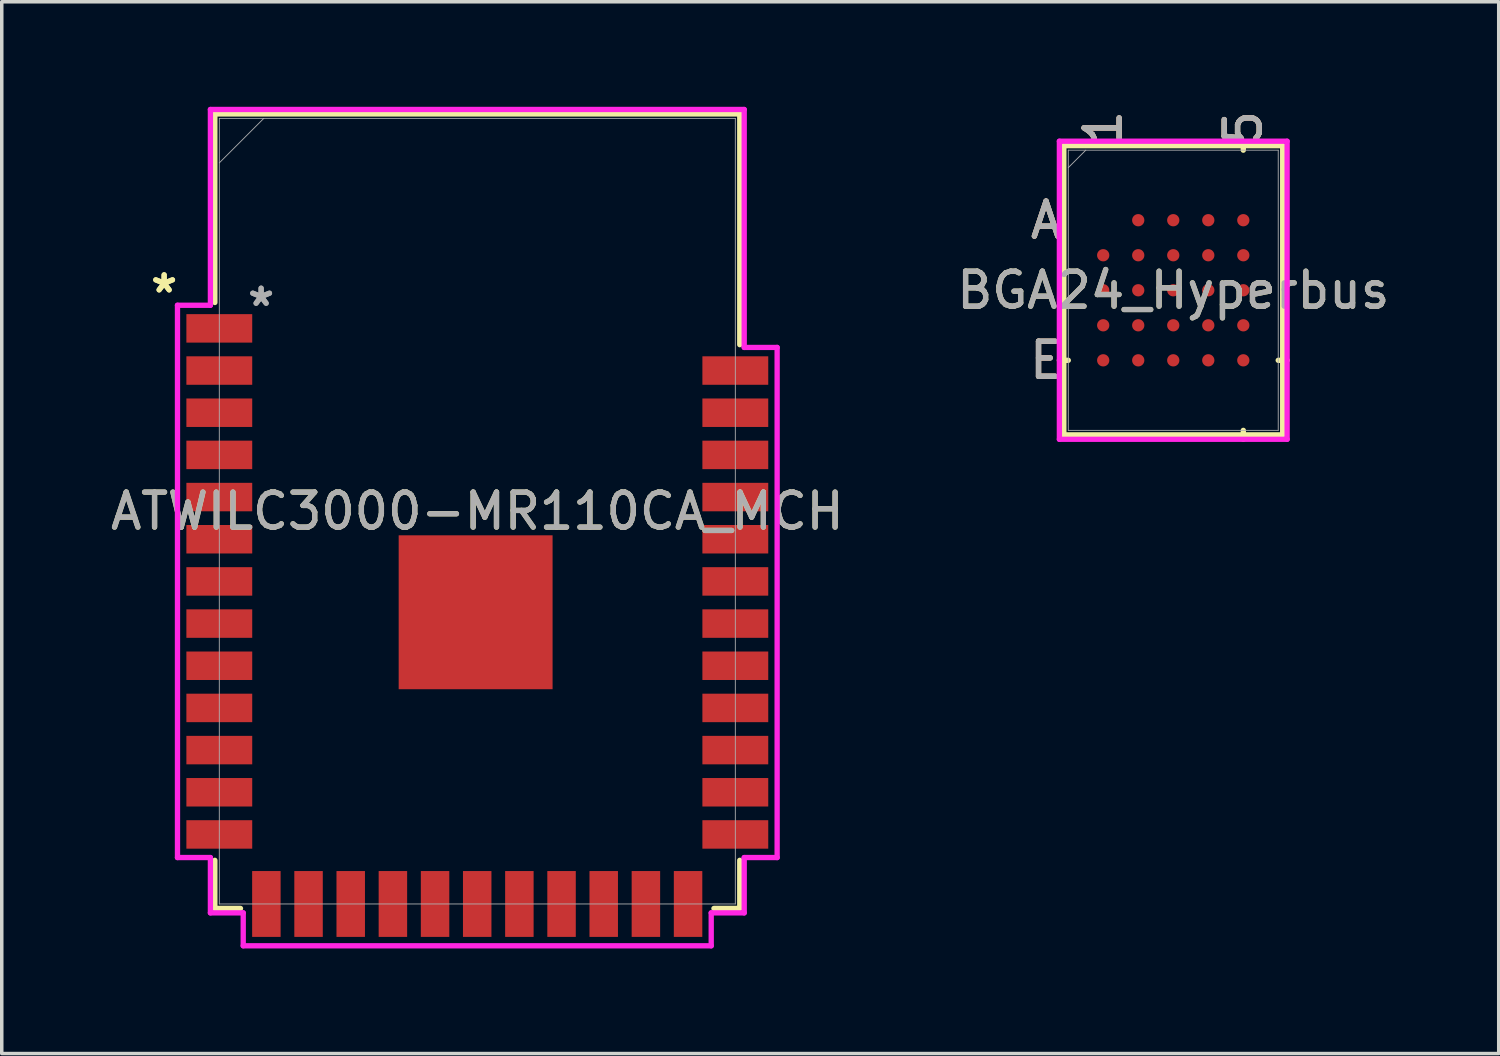
<source format=kicad_pcb>
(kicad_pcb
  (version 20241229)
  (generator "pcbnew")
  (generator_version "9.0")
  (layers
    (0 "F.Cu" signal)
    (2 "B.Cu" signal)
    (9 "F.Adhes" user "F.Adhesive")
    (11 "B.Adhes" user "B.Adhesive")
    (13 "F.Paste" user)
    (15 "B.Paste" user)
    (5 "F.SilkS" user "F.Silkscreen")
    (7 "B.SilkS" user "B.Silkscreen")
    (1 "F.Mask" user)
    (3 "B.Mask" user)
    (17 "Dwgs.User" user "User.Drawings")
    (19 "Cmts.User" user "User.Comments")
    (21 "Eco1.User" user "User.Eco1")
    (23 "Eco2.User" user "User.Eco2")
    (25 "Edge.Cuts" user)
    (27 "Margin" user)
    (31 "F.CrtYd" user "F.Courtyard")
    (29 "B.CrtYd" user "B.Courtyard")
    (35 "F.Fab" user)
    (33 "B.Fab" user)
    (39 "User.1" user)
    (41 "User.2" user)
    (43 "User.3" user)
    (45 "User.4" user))
  (footprint "BGA24_Hyperbus"
    (layer "F.Cu")
    (at 30.446 5.237)
    (property "Reference" "BGA24_Hyperbus" (at 0 0 0) (unlocked yes) (layer "F.SilkS") (effects (font (size 1 1) (thickness 0.15))))
    (attr smd)
    (fp_line (start -3.124 -4.128) (end -3.124 4.128) (stroke (width 0.152) (type solid)) (layer "F.SilkS"))
    (fp_line (start -3.124 4.128) (end 3.124 4.128) (stroke (width 0.152) (type solid)) (layer "F.SilkS"))
    (fp_line (start -2.997 2) (end -3.251 2) (stroke (width 0.152) (type solid)) (layer "F.SilkS"))
    (fp_line (start 2 -4) (end 2 -4.255) (stroke (width 0.152) (type solid)) (layer "F.SilkS"))
    (fp_line (start 2 4) (end 2 4.255) (stroke (width 0.152) (type solid)) (layer "F.SilkS"))
    (fp_line (start 2.997 2) (end 3.251 2) (stroke (width 0.152) (type solid)) (layer "F.SilkS"))
    (fp_line (start 3.124 -4.128) (end -3.124 -4.128) (stroke (width 0.152) (type solid)) (layer "F.SilkS"))
    (fp_line (start 3.124 4.128) (end 3.124 -4.128) (stroke (width 0.152) (type solid)) (layer "F.SilkS"))
    (fp_poly (pts (xy -3.008 -3.008) (xy 3.008 -3.008) (xy 3.008 3.008) (xy -3.008 3.008)) (stroke (width 0.1) (type solid)) (fill no) (layer "Eco2.User"))
    (fp_line (start -3.251 -4.255) (end 3.251 -4.255) (stroke (width 0.152) (type solid)) (layer "F.CrtYd"))
    (fp_line (start -3.251 4.255) (end -3.251 -4.255) (stroke (width 0.152) (type solid)) (layer "F.CrtYd"))
    (fp_line (start 3.251 -4.255) (end 3.251 4.255) (stroke (width 0.152) (type solid)) (layer "F.CrtYd"))
    (fp_line (start 3.251 4.255) (end -3.251 4.255) (stroke (width 0.152) (type solid)) (layer "F.CrtYd"))
    (fp_line (start -2.997 -4) (end -2.997 4) (stroke (width 0.025) (type solid)) (layer "F.Fab"))
    (fp_line (start -2.997 4) (end 2.997 4) (stroke (width 0.025) (type solid)) (layer "F.Fab"))
    (fp_line (start -2.497 -4) (end -2.997 -3.501) (stroke (width 0.025) (type solid)) (layer "F.Fab"))
    (fp_line (start 2.997 -4) (end -2.997 -4) (stroke (width 0.025) (type solid)) (layer "F.Fab"))
    (fp_line (start 2.997 4) (end 2.997 -4) (stroke (width 0.025) (type solid)) (layer "F.Fab"))
    (fp_text user "E" (at -3.632 2 0) (unlocked yes) (layer "F.SilkS") (effects (font (size 1 1) (thickness 0.15))))
    (fp_text user "1" (at -2 -4.636 90) (unlocked yes) (layer "F.SilkS") (effects (font (size 1 1) (thickness 0.15))))
    (fp_text user "A" (at -3.632 -2 0) (unlocked yes) (layer "F.SilkS") (effects (font (size 1 1) (thickness 0.15))))
    (fp_text user "5" (at 2 -4.636 90) (unlocked yes) (layer "F.SilkS") (effects (font (size 1 1) (thickness 0.15))))
    (fp_text user "E" (at -3.632 2 0) (unlocked yes) (layer "B.SilkS") (effects (font (size 1 1) (thickness 0.15))))
    (fp_text user "A" (at -3.632 -2 0) (unlocked yes) (layer "B.SilkS") (effects (font (size 1 1) (thickness 0.15))))
    (fp_text user "1" (at -2 -4.636 90) (unlocked yes) (layer "B.SilkS") (effects (font (size 1 1) (thickness 0.15))))
    (fp_text user "5" (at 2 -4.636 90) (unlocked yes) (layer "B.SilkS") (effects (font (size 1 1) (thickness 0.15))))
    (fp_text user "5" (at 2 -4.636 90) (unlocked yes) (layer "F.Fab") (effects (font (size 1 1) (thickness 0.15))))
    (fp_text user "1" (at -2 -4.636 90) (unlocked yes) (layer "F.Fab") (effects (font (size 1 1) (thickness 0.15))))
    (fp_text user "E" (at -3.632 2 0) (unlocked yes) (layer "F.Fab") (effects (font (size 1 1) (thickness 0.15))))
    (fp_text user "${REFERENCE}" (at 0 0 0) (unlocked yes) (layer "F.Fab") (effects (font (size 1 1) (thickness 0.15))))
    (fp_text user "A" (at -3.632 -2 0) (unlocked yes) (layer "F.Fab") (effects (font (size 1 1) (thickness 0.15))))
    (pad "A2" smd circle (at -1 -2) (size 0.35 0.35) (layers "F.Cu" "F.Mask" "F.Paste"))
    (pad "A3" smd circle (at 0 -2) (size 0.35 0.35) (layers "F.Cu" "F.Mask" "F.Paste"))
    (pad "A4" smd circle (at 1 -2) (size 0.35 0.35) (layers "F.Cu" "F.Mask" "F.Paste"))
    (pad "A5" smd circle (at 2 -2) (size 0.35 0.35) (layers "F.Cu" "F.Mask" "F.Paste"))
    (pad "B1" smd circle (at -2 -1) (size 0.35 0.35) (layers "F.Cu" "F.Mask" "F.Paste"))
    (pad "B2" smd circle (at -1 -1) (size 0.35 0.35) (layers "F.Cu" "F.Mask" "F.Paste"))
    (pad "B3" smd circle (at 0 -1) (size 0.35 0.35) (layers "F.Cu" "F.Mask" "F.Paste"))
    (pad "B4" smd circle (at 1 -1) (size 0.35 0.35) (layers "F.Cu" "F.Mask" "F.Paste"))
    (pad "B5" smd circle (at 2 -1) (size 0.35 0.35) (layers "F.Cu" "F.Mask" "F.Paste"))
    (pad "C1" smd circle (at -2 0) (size 0.35 0.35) (layers "F.Cu" "F.Mask" "F.Paste"))
    (pad "C2" smd circle (at -1 0) (size 0.35 0.35) (layers "F.Cu" "F.Mask" "F.Paste"))
    (pad "C3" smd circle (at 0 0) (size 0.35 0.35) (layers "F.Cu" "F.Mask" "F.Paste"))
    (pad "C4" smd circle (at 1 0) (size 0.35 0.35) (layers "F.Cu" "F.Mask" "F.Paste"))
    (pad "C5" smd circle (at 2 0) (size 0.35 0.35) (layers "F.Cu" "F.Mask" "F.Paste"))
    (pad "D1" smd circle (at -2 1) (size 0.35 0.35) (layers "F.Cu" "F.Mask" "F.Paste"))
    (pad "D2" smd circle (at -1 1) (size 0.35 0.35) (layers "F.Cu" "F.Mask" "F.Paste"))
    (pad "D3" smd circle (at 0 1) (size 0.35 0.35) (layers "F.Cu" "F.Mask" "F.Paste"))
    (pad "D4" smd circle (at 1 1) (size 0.35 0.35) (layers "F.Cu" "F.Mask" "F.Paste"))
    (pad "D5" smd circle (at 2 1) (size 0.35 0.35) (layers "F.Cu" "F.Mask" "F.Paste"))
    (pad "E1" smd circle (at -2 2) (size 0.35 0.35) (layers "F.Cu" "F.Mask" "F.Paste"))
    (pad "E2" smd circle (at -1 2) (size 0.35 0.35) (layers "F.Cu" "F.Mask" "F.Paste"))
    (pad "E3" smd circle (at 0 2) (size 0.35 0.35) (layers "F.Cu" "F.Mask" "F.Paste"))
    (pad "E4" smd circle (at 1 2) (size 0.35 0.35) (layers "F.Cu" "F.Mask" "F.Paste"))
    (pad "E5" smd circle (at 2 2) (size 0.35 0.35) (layers "F.Cu" "F.Mask" "F.Paste")))
  (footprint "ATWILC3000-MR110CA_MCH"
    (layer "F.Cu")
    (at 10.577 11.544)
    (property "Reference" "ATWILC3000-MR110CA_MCH" (at 0 0 0) (unlocked yes) (layer "F.SilkS") (effects (font (size 1 1) (thickness 0.15))))
    (attr smd)
    (fp_line (start -7.493 -11.341) (end -7.493 -5.958) (stroke (width 0.152) (type solid)) (layer "F.SilkS"))
    (fp_line (start -7.493 9.968) (end -7.493 11.341) (stroke (width 0.152) (type solid)) (layer "F.SilkS"))
    (fp_line (start -7.493 11.341) (end -6.761 11.341) (stroke (width 0.152) (type solid)) (layer "F.SilkS"))
    (fp_line (start 6.756 11.341) (end 7.493 11.341) (stroke (width 0.152) (type solid)) (layer "F.SilkS"))
    (fp_line (start 7.493 -11.341) (end -7.493 -11.341) (stroke (width 0.152) (type solid)) (layer "F.SilkS"))
    (fp_line (start 7.493 -4.754) (end 7.493 -11.341) (stroke (width 0.152) (type solid)) (layer "F.SilkS"))
    (fp_line (start 7.493 11.341) (end 7.493 9.968) (stroke (width 0.152) (type solid)) (layer "F.SilkS"))
    (fp_poly (pts (xy -2.145 0.789) (xy -2.145 2.054) (xy -0.88 2.054) (xy -0.88 0.789)) (stroke (width 0) (type solid)) (fill yes) (layer "F.Paste"))
    (fp_poly (pts (xy -2.145 2.254) (xy -2.145 3.518) (xy -0.88 3.518) (xy -0.88 2.254)) (stroke (width 0) (type solid)) (fill yes) (layer "F.Paste"))
    (fp_poly (pts (xy -2.145 3.718) (xy -2.145 4.983) (xy -0.88 4.983) (xy -0.88 3.718)) (stroke (width 0) (type solid)) (fill yes) (layer "F.Paste"))
    (fp_poly (pts (xy -0.68 0.789) (xy -0.68 2.054) (xy 0.584 2.054) (xy 0.584 0.789)) (stroke (width 0) (type solid)) (fill yes) (layer "F.Paste"))
    (fp_poly (pts (xy -0.68 2.254) (xy -0.68 3.518) (xy 0.584 3.518) (xy 0.584 2.254)) (stroke (width 0) (type solid)) (fill yes) (layer "F.Paste"))
    (fp_poly (pts (xy -0.68 3.718) (xy -0.68 4.983) (xy 0.584 4.983) (xy 0.584 3.718)) (stroke (width 0) (type solid)) (fill yes) (layer "F.Paste"))
    (fp_poly (pts (xy 0.784 0.789) (xy 0.784 2.054) (xy 2.049 2.054) (xy 2.049 0.789)) (stroke (width 0) (type solid)) (fill yes) (layer "F.Paste"))
    (fp_poly (pts (xy 0.784 2.254) (xy 0.784 3.518) (xy 2.049 3.518) (xy 2.049 2.254)) (stroke (width 0) (type solid)) (fill yes) (layer "F.Paste"))
    (fp_poly (pts (xy 0.784 3.718) (xy 0.784 4.983) (xy 2.049 4.983) (xy 2.049 3.718)) (stroke (width 0) (type solid)) (fill yes) (layer "F.Paste"))
    (fp_poly (pts (xy 7.366 -11.214) (xy -7.366 -11.214) (xy -7.366 -4.712) (xy 7.366 -4.712)) (stroke (width 0.1) (type solid)) (fill no) (layer "Eco2.User"))
    (fp_line (start -8.56 -5.879) (end -8.56 9.889) (stroke (width 0.152) (type solid)) (layer "F.CrtYd"))
    (fp_line (start -8.56 9.889) (end -7.62 9.889) (stroke (width 0.152) (type solid)) (layer "F.CrtYd"))
    (fp_line (start -7.62 -11.468) (end -7.62 -5.879) (stroke (width 0.152) (type solid)) (layer "F.CrtYd"))
    (fp_line (start -7.62 -5.879) (end -8.56 -5.879) (stroke (width 0.152) (type solid)) (layer "F.CrtYd"))
    (fp_line (start -7.62 9.889) (end -7.62 11.468) (stroke (width 0.152) (type solid)) (layer "F.CrtYd"))
    (fp_line (start -7.62 11.468) (end -6.683 11.468) (stroke (width 0.152) (type solid)) (layer "F.CrtYd"))
    (fp_line (start -6.683 11.468) (end -6.683 12.408) (stroke (width 0.152) (type solid)) (layer "F.CrtYd"))
    (fp_line (start -6.683 12.408) (end 6.678 12.408) (stroke (width 0.152) (type solid)) (layer "F.CrtYd"))
    (fp_line (start 6.678 11.468) (end 7.62 11.468) (stroke (width 0.152) (type solid)) (layer "F.CrtYd"))
    (fp_line (start 6.678 12.408) (end 6.678 11.468) (stroke (width 0.152) (type solid)) (layer "F.CrtYd"))
    (fp_line (start 7.62 -11.468) (end -7.62 -11.468) (stroke (width 0.152) (type solid)) (layer "F.CrtYd"))
    (fp_line (start 7.62 -4.675) (end 7.62 -11.468) (stroke (width 0.152) (type solid)) (layer "F.CrtYd"))
    (fp_line (start 7.62 9.889) (end 8.56 9.889) (stroke (width 0.152) (type solid)) (layer "F.CrtYd"))
    (fp_line (start 7.62 11.468) (end 7.62 9.889) (stroke (width 0.152) (type solid)) (layer "F.CrtYd"))
    (fp_line (start 8.56 -4.675) (end 7.62 -4.675) (stroke (width 0.152) (type solid)) (layer "F.CrtYd"))
    (fp_line (start 8.56 9.889) (end 8.56 -4.675) (stroke (width 0.152) (type solid)) (layer "F.CrtYd"))
    (fp_line (start -7.366 -11.214) (end -7.366 11.214) (stroke (width 0.025) (type solid)) (layer "F.Fab"))
    (fp_line (start -7.366 -9.944) (end -6.096 -11.214) (stroke (width 0.025) (type solid)) (layer "F.Fab"))
    (fp_line (start -7.366 11.214) (end 7.366 11.214) (stroke (width 0.025) (type solid)) (layer "F.Fab"))
    (fp_line (start 7.366 -11.214) (end -7.366 -11.214) (stroke (width 0.025) (type solid)) (layer "F.Fab"))
    (fp_line (start 7.366 11.214) (end 7.366 -11.214) (stroke (width 0.025) (type solid)) (layer "F.Fab"))
    (fp_text user "*" (at -8.941 -6.202 0) (layer "F.SilkS") (effects (font (size 1 1) (thickness 0.15))))
    (fp_text user "*" (at -8.941 -6.202 0) (unlocked yes) (layer "F.SilkS") (effects (font (size 1 1) (thickness 0.15))))
    (fp_text user "${REFERENCE}" (at 0 0 0) (unlocked yes) (layer "F.Fab") (effects (font (size 1 1) (thickness 0.15))))
    (fp_text user "*" (at -6.172 -5.821 0) (layer "F.Fab") (effects (font (size 1 1) (thickness 0.15))))
    (fp_text user "*" (at -6.172 -5.821 0) (unlocked yes) (layer "F.Fab") (effects (font (size 1 1) (thickness 0.15))))
    (pad "1" smd rect (at -7.366 -5.219 90) (size 0.813 1.88) (layers "F.Cu" "F.Mask" "F.Paste"))
    (pad "2" smd rect (at -7.366 -4.015 90) (size 0.813 1.88) (layers "F.Cu" "F.Mask" "F.Paste"))
    (pad "3" smd rect (at -7.366 -2.811 90) (size 0.813 1.88) (layers "F.Cu" "F.Mask" "F.Paste"))
    (pad "4" smd rect (at -7.366 -1.607 90) (size 0.813 1.88) (layers "F.Cu" "F.Mask" "F.Paste"))
    (pad "5" smd rect (at -7.366 -0.403 90) (size 0.813 1.88) (layers "F.Cu" "F.Mask" "F.Paste"))
    (pad "6" smd rect (at -7.366 0.801 90) (size 0.813 1.88) (layers "F.Cu" "F.Mask" "F.Paste"))
    (pad "7" smd rect (at -7.366 2.005 90) (size 0.813 1.88) (layers "F.Cu" "F.Mask" "F.Paste"))
    (pad "8" smd rect (at -7.366 3.209 90) (size 0.813 1.88) (layers "F.Cu" "F.Mask" "F.Paste"))
    (pad "9" smd rect (at -7.366 4.413 90) (size 0.813 1.88) (layers "F.Cu" "F.Mask" "F.Paste"))
    (pad "10" smd rect (at -7.366 5.617 90) (size 0.813 1.88) (layers "F.Cu" "F.Mask" "F.Paste"))
    (pad "11" smd rect (at -7.366 6.821 90) (size 0.813 1.88) (layers "F.Cu" "F.Mask" "F.Paste"))
    (pad "12" smd rect (at -7.366 8.025 90) (size 0.813 1.88) (layers "F.Cu" "F.Mask" "F.Paste"))
    (pad "13" smd rect (at -7.366 9.229 90) (size 0.813 1.88) (layers "F.Cu" "F.Mask" "F.Paste"))
    (pad "14" smd rect (at -6.022 11.214) (size 0.813 1.88) (layers "F.Cu" "F.Mask" "F.Paste"))
    (pad "15" smd rect (at -4.818 11.214) (size 0.813 1.88) (layers "F.Cu" "F.Mask" "F.Paste"))
    (pad "16" smd rect (at -3.614 11.214) (size 0.813 1.88) (layers "F.Cu" "F.Mask" "F.Paste"))
    (pad "17" smd rect (at -2.41 11.214) (size 0.813 1.88) (layers "F.Cu" "F.Mask" "F.Paste"))
    (pad "18" smd rect (at -1.206 11.214) (size 0.813 1.88) (layers "F.Cu" "F.Mask" "F.Paste"))
    (pad "19" smd rect (at -0.003 11.214) (size 0.813 1.88) (layers "F.Cu" "F.Mask" "F.Paste"))
    (pad "20" smd rect (at 1.201 11.214) (size 0.813 1.88) (layers "F.Cu" "F.Mask" "F.Paste"))
    (pad "21" smd rect (at 2.405 11.214) (size 0.813 1.88) (layers "F.Cu" "F.Mask" "F.Paste"))
    (pad "22" smd rect (at 3.609 11.214) (size 0.813 1.88) (layers "F.Cu" "F.Mask" "F.Paste"))
    (pad "23" smd rect (at 4.813 11.214) (size 0.813 1.88) (layers "F.Cu" "F.Mask" "F.Paste"))
    (pad "24" smd rect (at 6.017 11.214) (size 0.813 1.88) (layers "F.Cu" "F.Mask" "F.Paste"))
    (pad "25" smd rect (at 7.366 9.229 90) (size 0.813 1.88) (layers "F.Cu" "F.Mask" "F.Paste"))
    (pad "26" smd rect (at 7.366 8.025 90) (size 0.813 1.88) (layers "F.Cu" "F.Mask" "F.Paste"))
    (pad "27" smd rect (at 7.366 6.821 90) (size 0.813 1.88) (layers "F.Cu" "F.Mask" "F.Paste"))
    (pad "28" smd rect (at 7.366 5.617 90) (size 0.813 1.88) (layers "F.Cu" "F.Mask" "F.Paste"))
    (pad "29" smd rect (at 7.366 4.413 90) (size 0.813 1.88) (layers "F.Cu" "F.Mask" "F.Paste"))
    (pad "30" smd rect (at 7.366 3.209 90) (size 0.813 1.88) (layers "F.Cu" "F.Mask" "F.Paste"))
    (pad "31" smd rect (at 7.366 2.005 90) (size 0.813 1.88) (layers "F.Cu" "F.Mask" "F.Paste"))
    (pad "32" smd rect (at 7.366 0.801 90) (size 0.813 1.88) (layers "F.Cu" "F.Mask" "F.Paste"))
    (pad "33" smd rect (at 7.366 -0.403 90) (size 0.813 1.88) (layers "F.Cu" "F.Mask" "F.Paste"))
    (pad "34" smd rect (at 7.366 -1.607 90) (size 0.813 1.88) (layers "F.Cu" "F.Mask" "F.Paste"))
    (pad "35" smd rect (at 7.366 -2.811 90) (size 0.813 1.88) (layers "F.Cu" "F.Mask" "F.Paste"))
    (pad "36" smd rect (at 7.366 -4.015 90) (size 0.813 1.88) (layers "F.Cu" "F.Mask" "F.Paste"))
    (pad "37" smd rect (at -0.048 2.886) (size 4.394 4.394) (layers "F.Cu" "F.Mask" "F.Paste")))
  (gr_rect
    (start -3 -3)
    (end 39.738 27.028)
    (stroke (width 0.1) (type default))
    (fill no)
    (layer "Edge.Cuts")))
</source>
